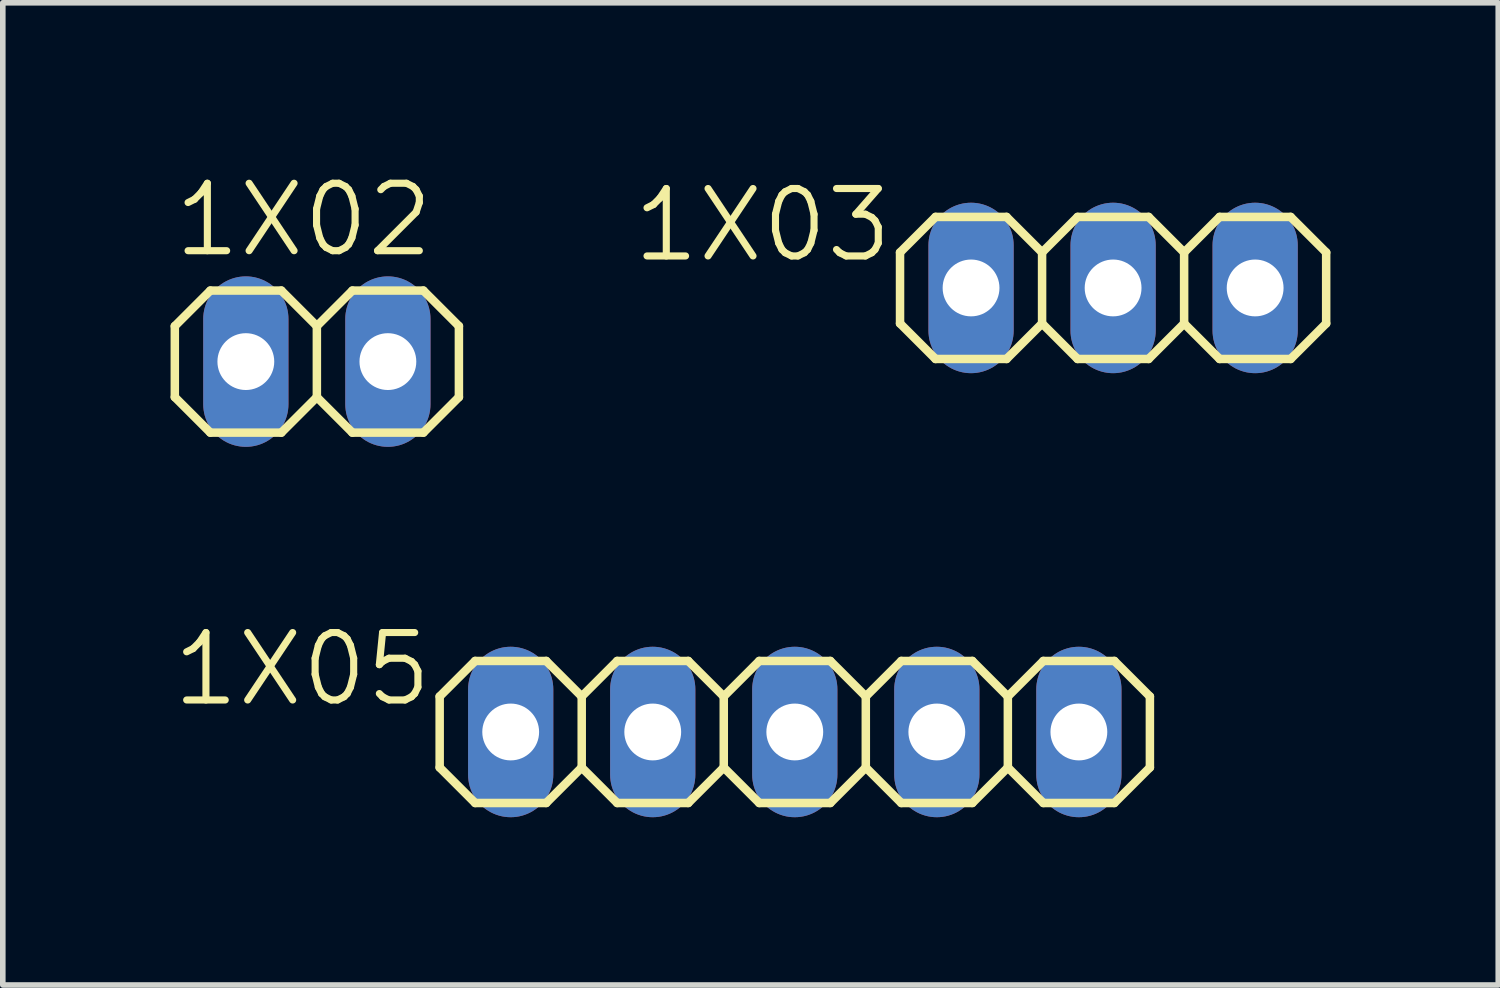
<source format=kicad_pcb>
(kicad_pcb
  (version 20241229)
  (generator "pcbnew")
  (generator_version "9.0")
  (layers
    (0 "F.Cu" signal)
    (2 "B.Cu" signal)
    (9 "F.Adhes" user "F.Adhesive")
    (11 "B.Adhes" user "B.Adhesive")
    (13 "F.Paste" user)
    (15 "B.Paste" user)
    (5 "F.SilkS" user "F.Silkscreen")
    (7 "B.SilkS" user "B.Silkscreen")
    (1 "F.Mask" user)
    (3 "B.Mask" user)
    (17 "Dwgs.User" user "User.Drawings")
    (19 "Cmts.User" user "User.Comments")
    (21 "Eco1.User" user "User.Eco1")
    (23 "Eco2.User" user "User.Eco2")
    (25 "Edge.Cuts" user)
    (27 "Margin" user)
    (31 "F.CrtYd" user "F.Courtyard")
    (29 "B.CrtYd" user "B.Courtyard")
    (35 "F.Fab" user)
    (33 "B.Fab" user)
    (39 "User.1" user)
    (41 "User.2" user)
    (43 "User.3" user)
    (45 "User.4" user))
  (footprint "1X03"
    (layer "F.Cu")
    (at 16.854 2.099)
    (property "Reference" "1X03" (at -3.886 -1.829 0) (layer "F.SilkS") (effects (font (size 1.206 1.206) (thickness 0.127)) (justify right top)))
    (attr through_hole)
    (fp_line (start -3.81 -0.635) (end -3.81 0.635) (stroke (width 0.152) (type solid)) (layer "F.SilkS"))
    (fp_line (start -3.81 0.635) (end -3.175 1.27) (stroke (width 0.152) (type solid)) (layer "F.SilkS"))
    (fp_line (start -3.175 -1.27) (end -3.81 -0.635) (stroke (width 0.152) (type solid)) (layer "F.SilkS"))
    (fp_line (start -3.175 -1.27) (end -1.905 -1.27) (stroke (width 0.152) (type solid)) (layer "F.SilkS"))
    (fp_line (start -1.905 -1.27) (end -1.27 -0.635) (stroke (width 0.152) (type solid)) (layer "F.SilkS"))
    (fp_line (start -1.905 1.27) (end -3.175 1.27) (stroke (width 0.152) (type solid)) (layer "F.SilkS"))
    (fp_line (start -1.27 -0.635) (end -1.27 0.635) (stroke (width 0.152) (type solid)) (layer "F.SilkS"))
    (fp_line (start -1.27 -0.635) (end -0.635 -1.27) (stroke (width 0.152) (type solid)) (layer "F.SilkS"))
    (fp_line (start -1.27 0.635) (end -1.905 1.27) (stroke (width 0.152) (type solid)) (layer "F.SilkS"))
    (fp_line (start -0.635 -1.27) (end 0.635 -1.27) (stroke (width 0.152) (type solid)) (layer "F.SilkS"))
    (fp_line (start -0.635 1.27) (end -1.27 0.635) (stroke (width 0.152) (type solid)) (layer "F.SilkS"))
    (fp_line (start 0.635 -1.27) (end 1.27 -0.635) (stroke (width 0.152) (type solid)) (layer "F.SilkS"))
    (fp_line (start 0.635 1.27) (end -0.635 1.27) (stroke (width 0.152) (type solid)) (layer "F.SilkS"))
    (fp_line (start 1.27 -0.635) (end 1.27 0.635) (stroke (width 0.152) (type solid)) (layer "F.SilkS"))
    (fp_line (start 1.27 -0.635) (end 1.905 -1.27) (stroke (width 0.152) (type solid)) (layer "F.SilkS"))
    (fp_line (start 1.27 0.635) (end 0.635 1.27) (stroke (width 0.152) (type solid)) (layer "F.SilkS"))
    (fp_line (start 1.905 -1.27) (end 3.175 -1.27) (stroke (width 0.152) (type solid)) (layer "F.SilkS"))
    (fp_line (start 1.905 1.27) (end 1.27 0.635) (stroke (width 0.152) (type solid)) (layer "F.SilkS"))
    (fp_line (start 3.175 -1.27) (end 3.81 -0.635) (stroke (width 0.152) (type solid)) (layer "F.SilkS"))
    (fp_line (start 3.175 1.27) (end 1.905 1.27) (stroke (width 0.152) (type solid)) (layer "F.SilkS"))
    (fp_line (start 3.81 -0.635) (end 3.81 0.635) (stroke (width 0.152) (type solid)) (layer "F.SilkS"))
    (fp_line (start 3.81 0.635) (end 3.175 1.27) (stroke (width 0.152) (type solid)) (layer "F.SilkS"))
    (fp_poly (pts (xy -2.794 0.254) (xy -2.286 0.254) (xy -2.286 -0.254) (xy -2.794 -0.254)) (stroke (width 0.1) (type solid)) (fill no) (layer "F.Fab"))
    (fp_poly (pts (xy -0.254 0.254) (xy 0.254 0.254) (xy 0.254 -0.254) (xy -0.254 -0.254)) (stroke (width 0.1) (type solid)) (fill no) (layer "F.Fab"))
    (fp_poly (pts (xy 2.286 0.254) (xy 2.794 0.254) (xy 2.794 -0.254) (xy 2.286 -0.254)) (stroke (width 0.1) (type solid)) (fill no) (layer "F.Fab"))
    (pad "1" thru_hole oval (at -2.54 0 90) (size 3.048 1.524) (drill 1.016) (layers "*.Cu" "*.Mask"))
    (pad "2" thru_hole oval (at 0 0 90) (size 3.048 1.524) (drill 1.016) (layers "*.Cu" "*.Mask"))
    (pad "3" thru_hole oval (at 2.54 0 90) (size 3.048 1.524) (drill 1.016) (layers "*.Cu" "*.Mask")))
  (footprint "1X02"
    (layer "F.Cu")
    (at 2.616 3.416)
    (property "Reference" "1X02" (at -2.616 -1.829 0) (layer "F.SilkS") (effects (font (size 1.206 1.206) (thickness 0.127)) (justify left bottom)))
    (attr through_hole)
    (fp_line (start -2.54 -0.635) (end -2.54 0.635) (stroke (width 0.152) (type solid)) (layer "F.SilkS"))
    (fp_line (start -2.54 0.635) (end -1.905 1.27) (stroke (width 0.152) (type solid)) (layer "F.SilkS"))
    (fp_line (start -1.905 -1.27) (end -2.54 -0.635) (stroke (width 0.152) (type solid)) (layer "F.SilkS"))
    (fp_line (start -1.905 -1.27) (end -0.635 -1.27) (stroke (width 0.152) (type solid)) (layer "F.SilkS"))
    (fp_line (start -0.635 -1.27) (end 0 -0.635) (stroke (width 0.152) (type solid)) (layer "F.SilkS"))
    (fp_line (start -0.635 1.27) (end -1.905 1.27) (stroke (width 0.152) (type solid)) (layer "F.SilkS"))
    (fp_line (start 0 -0.635) (end 0 0.635) (stroke (width 0.152) (type solid)) (layer "F.SilkS"))
    (fp_line (start 0 -0.635) (end 0.635 -1.27) (stroke (width 0.152) (type solid)) (layer "F.SilkS"))
    (fp_line (start 0 0.635) (end -0.635 1.27) (stroke (width 0.152) (type solid)) (layer "F.SilkS"))
    (fp_line (start 0.635 -1.27) (end 1.905 -1.27) (stroke (width 0.152) (type solid)) (layer "F.SilkS"))
    (fp_line (start 0.635 1.27) (end 0 0.635) (stroke (width 0.152) (type solid)) (layer "F.SilkS"))
    (fp_line (start 1.905 -1.27) (end 2.54 -0.635) (stroke (width 0.152) (type solid)) (layer "F.SilkS"))
    (fp_line (start 1.905 1.27) (end 0.635 1.27) (stroke (width 0.152) (type solid)) (layer "F.SilkS"))
    (fp_line (start 2.54 -0.635) (end 2.54 0.635) (stroke (width 0.152) (type solid)) (layer "F.SilkS"))
    (fp_line (start 2.54 0.635) (end 1.905 1.27) (stroke (width 0.152) (type solid)) (layer "F.SilkS"))
    (fp_poly (pts (xy -1.524 0.254) (xy -1.016 0.254) (xy -1.016 -0.254) (xy -1.524 -0.254)) (stroke (width 0.1) (type solid)) (fill no) (layer "F.Fab"))
    (fp_poly (pts (xy 1.016 0.254) (xy 1.524 0.254) (xy 1.524 -0.254) (xy 1.016 -0.254)) (stroke (width 0.1) (type solid)) (fill no) (layer "F.Fab"))
    (pad "1" thru_hole oval (at -1.27 0 90) (size 3.048 1.524) (drill 1.016) (layers "*.Cu" "*.Mask"))
    (pad "2" thru_hole oval (at 1.27 0 90) (size 3.048 1.524) (drill 1.016) (layers "*.Cu" "*.Mask")))
  (footprint "1X05"
    (layer "F.Cu")
    (at 11.162 10.039)
    (property "Reference" "1X05" (at -6.426 -1.829 0) (layer "F.SilkS") (effects (font (size 1.206 1.206) (thickness 0.127)) (justify right top)))
    (attr through_hole)
    (fp_line (start -6.35 -0.635) (end -6.35 0.635) (stroke (width 0.152) (type solid)) (layer "F.SilkS"))
    (fp_line (start -6.35 0.635) (end -5.715 1.27) (stroke (width 0.152) (type solid)) (layer "F.SilkS"))
    (fp_line (start -5.715 -1.27) (end -6.35 -0.635) (stroke (width 0.152) (type solid)) (layer "F.SilkS"))
    (fp_line (start -5.715 -1.27) (end -4.445 -1.27) (stroke (width 0.152) (type solid)) (layer "F.SilkS"))
    (fp_line (start -4.445 -1.27) (end -3.81 -0.635) (stroke (width 0.152) (type solid)) (layer "F.SilkS"))
    (fp_line (start -4.445 1.27) (end -5.715 1.27) (stroke (width 0.152) (type solid)) (layer "F.SilkS"))
    (fp_line (start -3.81 -0.635) (end -3.81 0.635) (stroke (width 0.152) (type solid)) (layer "F.SilkS"))
    (fp_line (start -3.81 -0.635) (end -3.175 -1.27) (stroke (width 0.152) (type solid)) (layer "F.SilkS"))
    (fp_line (start -3.81 0.635) (end -4.445 1.27) (stroke (width 0.152) (type solid)) (layer "F.SilkS"))
    (fp_line (start -3.175 -1.27) (end -1.905 -1.27) (stroke (width 0.152) (type solid)) (layer "F.SilkS"))
    (fp_line (start -3.175 1.27) (end -3.81 0.635) (stroke (width 0.152) (type solid)) (layer "F.SilkS"))
    (fp_line (start -1.905 -1.27) (end -1.27 -0.635) (stroke (width 0.152) (type solid)) (layer "F.SilkS"))
    (fp_line (start -1.905 1.27) (end -3.175 1.27) (stroke (width 0.152) (type solid)) (layer "F.SilkS"))
    (fp_line (start -1.27 -0.635) (end -1.27 0.635) (stroke (width 0.152) (type solid)) (layer "F.SilkS"))
    (fp_line (start -1.27 -0.635) (end -0.635 -1.27) (stroke (width 0.152) (type solid)) (layer "F.SilkS"))
    (fp_line (start -1.27 0.635) (end -1.905 1.27) (stroke (width 0.152) (type solid)) (layer "F.SilkS"))
    (fp_line (start -0.635 -1.27) (end 0.635 -1.27) (stroke (width 0.152) (type solid)) (layer "F.SilkS"))
    (fp_line (start -0.635 1.27) (end -1.27 0.635) (stroke (width 0.152) (type solid)) (layer "F.SilkS"))
    (fp_line (start 0.635 -1.27) (end 1.27 -0.635) (stroke (width 0.152) (type solid)) (layer "F.SilkS"))
    (fp_line (start 0.635 1.27) (end -0.635 1.27) (stroke (width 0.152) (type solid)) (layer "F.SilkS"))
    (fp_line (start 1.27 -0.635) (end 1.27 0.635) (stroke (width 0.152) (type solid)) (layer "F.SilkS"))
    (fp_line (start 1.27 0.635) (end 0.635 1.27) (stroke (width 0.152) (type solid)) (layer "F.SilkS"))
    (fp_line (start 1.27 0.635) (end 1.905 1.27) (stroke (width 0.152) (type solid)) (layer "F.SilkS"))
    (fp_line (start 1.905 -1.27) (end 1.27 -0.635) (stroke (width 0.152) (type solid)) (layer "F.SilkS"))
    (fp_line (start 1.905 -1.27) (end 3.175 -1.27) (stroke (width 0.152) (type solid)) (layer "F.SilkS"))
    (fp_line (start 3.175 -1.27) (end 3.81 -0.635) (stroke (width 0.152) (type solid)) (layer "F.SilkS"))
    (fp_line (start 3.175 1.27) (end 1.905 1.27) (stroke (width 0.152) (type solid)) (layer "F.SilkS"))
    (fp_line (start 3.81 -0.635) (end 3.81 0.635) (stroke (width 0.152) (type solid)) (layer "F.SilkS"))
    (fp_line (start 3.81 0.635) (end 3.175 1.27) (stroke (width 0.152) (type solid)) (layer "F.SilkS"))
    (fp_line (start 3.81 0.635) (end 4.445 1.27) (stroke (width 0.152) (type solid)) (layer "F.SilkS"))
    (fp_line (start 4.445 -1.27) (end 3.81 -0.635) (stroke (width 0.152) (type solid)) (layer "F.SilkS"))
    (fp_line (start 4.445 -1.27) (end 5.715 -1.27) (stroke (width 0.152) (type solid)) (layer "F.SilkS"))
    (fp_line (start 5.715 -1.27) (end 6.35 -0.635) (stroke (width 0.152) (type solid)) (layer "F.SilkS"))
    (fp_line (start 5.715 1.27) (end 4.445 1.27) (stroke (width 0.152) (type solid)) (layer "F.SilkS"))
    (fp_line (start 6.35 -0.635) (end 6.35 0.635) (stroke (width 0.152) (type solid)) (layer "F.SilkS"))
    (fp_line (start 6.35 0.635) (end 5.715 1.27) (stroke (width 0.152) (type solid)) (layer "F.SilkS"))
    (fp_poly (pts (xy -5.334 0.254) (xy -4.826 0.254) (xy -4.826 -0.254) (xy -5.334 -0.254)) (stroke (width 0.1) (type solid)) (fill no) (layer "F.Fab"))
    (fp_poly (pts (xy -2.794 0.254) (xy -2.286 0.254) (xy -2.286 -0.254) (xy -2.794 -0.254)) (stroke (width 0.1) (type solid)) (fill no) (layer "F.Fab"))
    (fp_poly (pts (xy -0.254 0.254) (xy 0.254 0.254) (xy 0.254 -0.254) (xy -0.254 -0.254)) (stroke (width 0.1) (type solid)) (fill no) (layer "F.Fab"))
    (fp_poly (pts (xy 2.286 0.254) (xy 2.794 0.254) (xy 2.794 -0.254) (xy 2.286 -0.254)) (stroke (width 0.1) (type solid)) (fill no) (layer "F.Fab"))
    (fp_poly (pts (xy 4.826 0.254) (xy 5.334 0.254) (xy 5.334 -0.254) (xy 4.826 -0.254)) (stroke (width 0.1) (type solid)) (fill no) (layer "F.Fab"))
    (pad "1" thru_hole oval (at -5.08 0 90) (size 3.048 1.524) (drill 1.016) (layers "*.Cu" "*.Mask"))
    (pad "2" thru_hole oval (at -2.54 0 90) (size 3.048 1.524) (drill 1.016) (layers "*.Cu" "*.Mask"))
    (pad "3" thru_hole oval (at 0 0 90) (size 3.048 1.524) (drill 1.016) (layers "*.Cu" "*.Mask"))
    (pad "4" thru_hole oval (at 2.54 0 90) (size 3.048 1.524) (drill 1.016) (layers "*.Cu" "*.Mask"))
    (pad "5" thru_hole oval (at 5.08 0 90) (size 3.048 1.524) (drill 1.016) (layers "*.Cu" "*.Mask")))
  (gr_rect
    (start -3 -3)
    (end 23.741 14.563)
    (stroke (width 0.1) (type default))
    (fill no)
    (layer "Edge.Cuts")))
</source>
